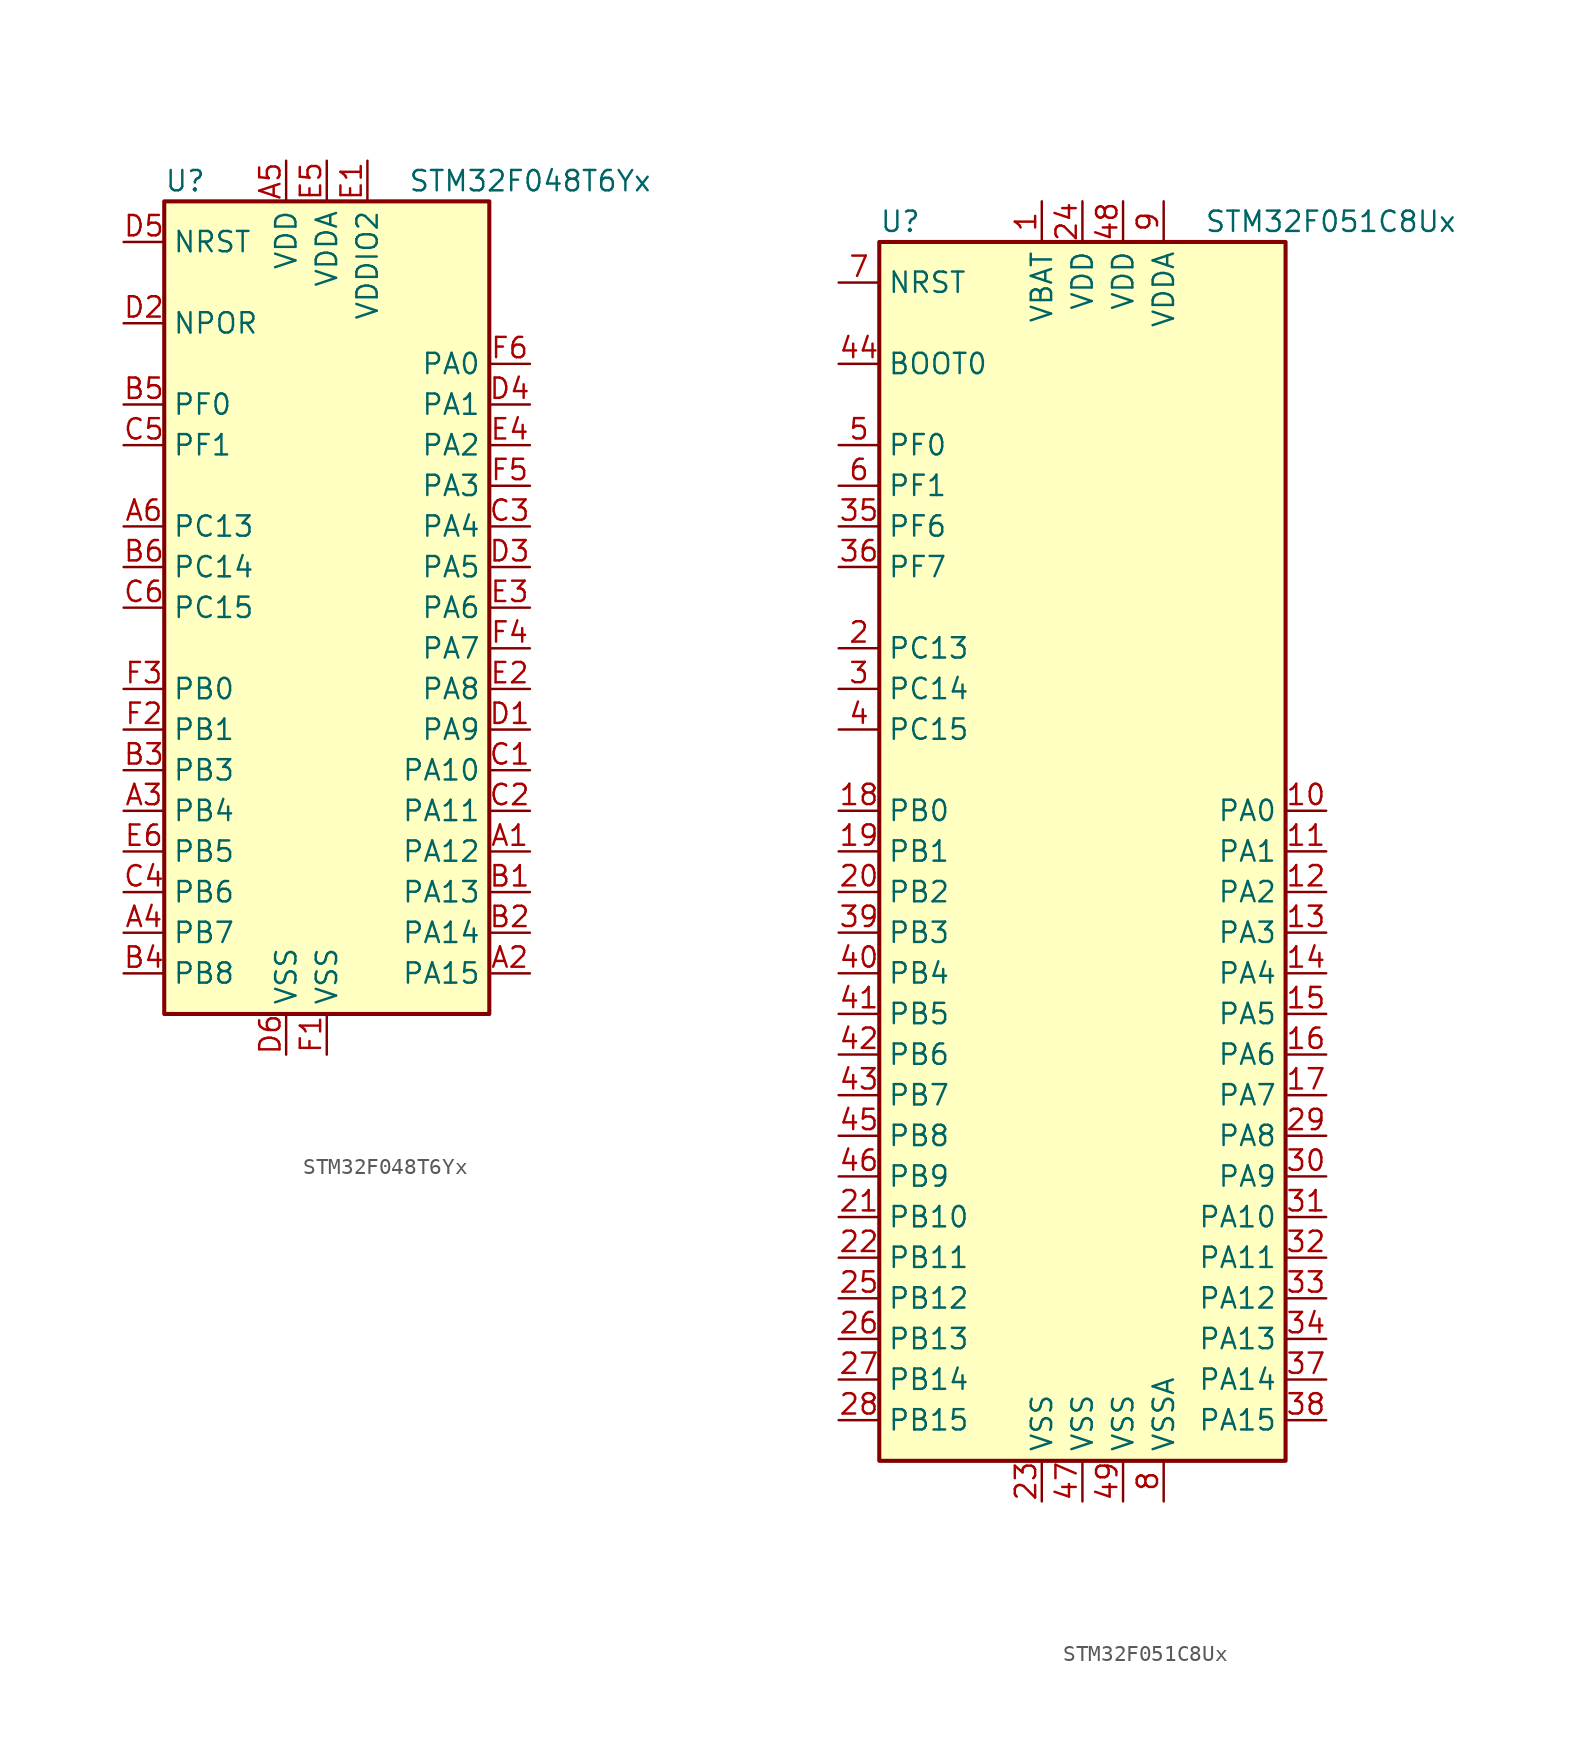
<source format=kicad_sym>
(kicad_symbol_lib
  (version 20201005)
  (generator kicad_symbol_editor)
  (symbol "MCU_ST_STM32F0:STM32F048T6Yx"
    (property "Reference" "U"
      (at -10.16 26.67 0)
      (effects (font (size 1.27 1.27)) (justify left)))
    (property "Value" "STM32F048T6Yx"
      (at 5.08 26.67 0)
      (effects (font (size 1.27 1.27)) (justify left)))
    (symbol "STM32F048T6Yx_0_1"
      (rectangle (start -10.16 -25.4) (end 10.16 25.4) (stroke (width 0.254)) (fill (type background))))
    (symbol "STM32F048T6Yx_1_1"
      (pin bidirectional line (at 12.7 -15.24 180) (length 2.54) (name "PA12" (effects (font (size 1.27 1.27)))) (number "A1" (effects (font (size 1.27 1.27)))))
      (pin bidirectional line (at 12.7 -22.86 180) (length 2.54) (name "PA15" (effects (font (size 1.27 1.27)))) (number "A2" (effects (font (size 1.27 1.27)))))
      (pin bidirectional line (at -12.7 -12.7 0) (length 2.54) (name "PB4" (effects (font (size 1.27 1.27)))) (number "A3" (effects (font (size 1.27 1.27)))))
      (pin bidirectional line (at -12.7 -20.32 0) (length 2.54) (name "PB7" (effects (font (size 1.27 1.27)))) (number "A4" (effects (font (size 1.27 1.27)))))
      (pin power_in line (at -2.54 27.94 270) (length 2.54) (name "VDD" (effects (font (size 1.27 1.27)))) (number "A5" (effects (font (size 1.27 1.27)))))
      (pin bidirectional line (at -12.7 5.08 0) (length 2.54) (name "PC13" (effects (font (size 1.27 1.27)))) (number "A6" (effects (font (size 1.27 1.27)))))
      (pin bidirectional line (at 12.7 -17.78 180) (length 2.54) (name "PA13" (effects (font (size 1.27 1.27)))) (number "B1" (effects (font (size 1.27 1.27)))))
      (pin bidirectional line (at 12.7 -20.32 180) (length 2.54) (name "PA14" (effects (font (size 1.27 1.27)))) (number "B2" (effects (font (size 1.27 1.27)))))
      (pin bidirectional line (at -12.7 -10.16 0) (length 2.54) (name "PB3" (effects (font (size 1.27 1.27)))) (number "B3" (effects (font (size 1.27 1.27)))))
      (pin bidirectional line (at -12.7 -22.86 0) (length 2.54) (name "PB8" (effects (font (size 1.27 1.27)))) (number "B4" (effects (font (size 1.27 1.27)))))
      (pin input line (at -12.7 12.7 0) (length 2.54) (name "PF0" (effects (font (size 1.27 1.27)))) (number "B5" (effects (font (size 1.27 1.27)))))
      (pin bidirectional line (at -12.7 2.54 0) (length 2.54) (name "PC14" (effects (font (size 1.27 1.27)))) (number "B6" (effects (font (size 1.27 1.27)))))
      (pin bidirectional line (at 12.7 -10.16 180) (length 2.54) (name "PA10" (effects (font (size 1.27 1.27)))) (number "C1" (effects (font (size 1.27 1.27)))))
      (pin bidirectional line (at 12.7 -12.7 180) (length 2.54) (name "PA11" (effects (font (size 1.27 1.27)))) (number "C2" (effects (font (size 1.27 1.27)))))
      (pin bidirectional line (at 12.7 5.08 180) (length 2.54) (name "PA4" (effects (font (size 1.27 1.27)))) (number "C3" (effects (font (size 1.27 1.27)))))
      (pin bidirectional line (at -12.7 -17.78 0) (length 2.54) (name "PB6" (effects (font (size 1.27 1.27)))) (number "C4" (effects (font (size 1.27 1.27)))))
      (pin input line (at -12.7 10.16 0) (length 2.54) (name "PF1" (effects (font (size 1.27 1.27)))) (number "C5" (effects (font (size 1.27 1.27)))))
      (pin bidirectional line (at -12.7 0 0) (length 2.54) (name "PC15" (effects (font (size 1.27 1.27)))) (number "C6" (effects (font (size 1.27 1.27)))))
      (pin bidirectional line (at 12.7 -7.62 180) (length 2.54) (name "PA9" (effects (font (size 1.27 1.27)))) (number "D1" (effects (font (size 1.27 1.27)))))
      (pin power_in line (at -12.7 17.78 0) (length 2.54) (name "NPOR" (effects (font (size 1.27 1.27)))) (number "D2" (effects (font (size 1.27 1.27)))))
      (pin bidirectional line (at 12.7 2.54 180) (length 2.54) (name "PA5" (effects (font (size 1.27 1.27)))) (number "D3" (effects (font (size 1.27 1.27)))))
      (pin bidirectional line (at 12.7 12.7 180) (length 2.54) (name "PA1" (effects (font (size 1.27 1.27)))) (number "D4" (effects (font (size 1.27 1.27)))))
      (pin input line (at -12.7 22.86 0) (length 2.54) (name "NRST" (effects (font (size 1.27 1.27)))) (number "D5" (effects (font (size 1.27 1.27)))))
      (pin power_in line (at -2.54 -27.94 90) (length 2.54) (name "VSS" (effects (font (size 1.27 1.27)))) (number "D6" (effects (font (size 1.27 1.27)))))
      (pin power_in line (at 2.54 27.94 270) (length 2.54) (name "VDDIO2" (effects (font (size 1.27 1.27)))) (number "E1" (effects (font (size 1.27 1.27)))))
      (pin bidirectional line (at 12.7 -5.08 180) (length 2.54) (name "PA8" (effects (font (size 1.27 1.27)))) (number "E2" (effects (font (size 1.27 1.27)))))
      (pin bidirectional line (at 12.7 0 180) (length 2.54) (name "PA6" (effects (font (size 1.27 1.27)))) (number "E3" (effects (font (size 1.27 1.27)))))
      (pin bidirectional line (at 12.7 10.16 180) (length 2.54) (name "PA2" (effects (font (size 1.27 1.27)))) (number "E4" (effects (font (size 1.27 1.27)))))
      (pin power_in line (at 0 27.94 270) (length 2.54) (name "VDDA" (effects (font (size 1.27 1.27)))) (number "E5" (effects (font (size 1.27 1.27)))))
      (pin bidirectional line (at -12.7 -15.24 0) (length 2.54) (name "PB5" (effects (font (size 1.27 1.27)))) (number "E6" (effects (font (size 1.27 1.27)))))
      (pin power_in line (at 0 -27.94 90) (length 2.54) (name "VSS" (effects (font (size 1.27 1.27)))) (number "F1" (effects (font (size 1.27 1.27)))))
      (pin bidirectional line (at -12.7 -7.62 0) (length 2.54) (name "PB1" (effects (font (size 1.27 1.27)))) (number "F2" (effects (font (size 1.27 1.27)))))
      (pin bidirectional line (at -12.7 -5.08 0) (length 2.54) (name "PB0" (effects (font (size 1.27 1.27)))) (number "F3" (effects (font (size 1.27 1.27)))))
      (pin bidirectional line (at 12.7 -2.54 180) (length 2.54) (name "PA7" (effects (font (size 1.27 1.27)))) (number "F4" (effects (font (size 1.27 1.27)))))
      (pin bidirectional line (at 12.7 7.62 180) (length 2.54) (name "PA3" (effects (font (size 1.27 1.27)))) (number "F5" (effects (font (size 1.27 1.27)))))
      (pin bidirectional line (at 12.7 15.24 180) (length 2.54) (name "PA0" (effects (font (size 1.27 1.27)))) (number "F6" (effects (font (size 1.27 1.27)))))))
  (symbol "MCU_ST_STM32F0:STM32F051C8Ux"
    (property "Reference" "U"
      (at -12.7 39.37 0)
      (effects (font (size 1.27 1.27)) (justify left)))
    (property "Value" "STM32F051C8Ux"
      (at 7.62 39.37 0)
      (effects (font (size 1.27 1.27)) (justify left)))
    (symbol "STM32F051C8Ux_0_1"
      (rectangle (start -12.7 -38.1) (end 12.7 38.1) (stroke (width 0.254)) (fill (type background))))
    (symbol "STM32F051C8Ux_1_1"
      (pin power_in line (at -2.54 40.64 270) (length 2.54) (name "VBAT" (effects (font (size 1.27 1.27)))) (number "1" (effects (font (size 1.27 1.27)))))
      (pin bidirectional line (at 15.24 2.54 180) (length 2.54) (name "PA0" (effects (font (size 1.27 1.27)))) (number "10" (effects (font (size 1.27 1.27)))))
      (pin bidirectional line (at 15.24 0 180) (length 2.54) (name "PA1" (effects (font (size 1.27 1.27)))) (number "11" (effects (font (size 1.27 1.27)))))
      (pin bidirectional line (at 15.24 -2.54 180) (length 2.54) (name "PA2" (effects (font (size 1.27 1.27)))) (number "12" (effects (font (size 1.27 1.27)))))
      (pin bidirectional line (at 15.24 -5.08 180) (length 2.54) (name "PA3" (effects (font (size 1.27 1.27)))) (number "13" (effects (font (size 1.27 1.27)))))
      (pin bidirectional line (at 15.24 -7.62 180) (length 2.54) (name "PA4" (effects (font (size 1.27 1.27)))) (number "14" (effects (font (size 1.27 1.27)))))
      (pin bidirectional line (at 15.24 -10.16 180) (length 2.54) (name "PA5" (effects (font (size 1.27 1.27)))) (number "15" (effects (font (size 1.27 1.27)))))
      (pin bidirectional line (at 15.24 -12.7 180) (length 2.54) (name "PA6" (effects (font (size 1.27 1.27)))) (number "16" (effects (font (size 1.27 1.27)))))
      (pin bidirectional line (at 15.24 -15.24 180) (length 2.54) (name "PA7" (effects (font (size 1.27 1.27)))) (number "17" (effects (font (size 1.27 1.27)))))
      (pin bidirectional line (at -15.24 2.54 0) (length 2.54) (name "PB0" (effects (font (size 1.27 1.27)))) (number "18" (effects (font (size 1.27 1.27)))))
      (pin bidirectional line (at -15.24 0 0) (length 2.54) (name "PB1" (effects (font (size 1.27 1.27)))) (number "19" (effects (font (size 1.27 1.27)))))
      (pin bidirectional line (at -15.24 12.7 0) (length 2.54) (name "PC13" (effects (font (size 1.27 1.27)))) (number "2" (effects (font (size 1.27 1.27)))))
      (pin bidirectional line (at -15.24 -2.54 0) (length 2.54) (name "PB2" (effects (font (size 1.27 1.27)))) (number "20" (effects (font (size 1.27 1.27)))))
      (pin bidirectional line (at -15.24 -22.86 0) (length 2.54) (name "PB10" (effects (font (size 1.27 1.27)))) (number "21" (effects (font (size 1.27 1.27)))))
      (pin bidirectional line (at -15.24 -25.4 0) (length 2.54) (name "PB11" (effects (font (size 1.27 1.27)))) (number "22" (effects (font (size 1.27 1.27)))))
      (pin power_in line (at -2.54 -40.64 90) (length 2.54) (name "VSS" (effects (font (size 1.27 1.27)))) (number "23" (effects (font (size 1.27 1.27)))))
      (pin power_in line (at 0 40.64 270) (length 2.54) (name "VDD" (effects (font (size 1.27 1.27)))) (number "24" (effects (font (size 1.27 1.27)))))
      (pin bidirectional line (at -15.24 -27.94 0) (length 2.54) (name "PB12" (effects (font (size 1.27 1.27)))) (number "25" (effects (font (size 1.27 1.27)))))
      (pin bidirectional line (at -15.24 -30.48 0) (length 2.54) (name "PB13" (effects (font (size 1.27 1.27)))) (number "26" (effects (font (size 1.27 1.27)))))
      (pin bidirectional line (at -15.24 -33.02 0) (length 2.54) (name "PB14" (effects (font (size 1.27 1.27)))) (number "27" (effects (font (size 1.27 1.27)))))
      (pin bidirectional line (at -15.24 -35.56 0) (length 2.54) (name "PB15" (effects (font (size 1.27 1.27)))) (number "28" (effects (font (size 1.27 1.27)))))
      (pin bidirectional line (at 15.24 -17.78 180) (length 2.54) (name "PA8" (effects (font (size 1.27 1.27)))) (number "29" (effects (font (size 1.27 1.27)))))
      (pin bidirectional line (at -15.24 10.16 0) (length 2.54) (name "PC14" (effects (font (size 1.27 1.27)))) (number "3" (effects (font (size 1.27 1.27)))))
      (pin bidirectional line (at 15.24 -20.32 180) (length 2.54) (name "PA9" (effects (font (size 1.27 1.27)))) (number "30" (effects (font (size 1.27 1.27)))))
      (pin bidirectional line (at 15.24 -22.86 180) (length 2.54) (name "PA10" (effects (font (size 1.27 1.27)))) (number "31" (effects (font (size 1.27 1.27)))))
      (pin bidirectional line (at 15.24 -25.4 180) (length 2.54) (name "PA11" (effects (font (size 1.27 1.27)))) (number "32" (effects (font (size 1.27 1.27)))))
      (pin bidirectional line (at 15.24 -27.94 180) (length 2.54) (name "PA12" (effects (font (size 1.27 1.27)))) (number "33" (effects (font (size 1.27 1.27)))))
      (pin bidirectional line (at 15.24 -30.48 180) (length 2.54) (name "PA13" (effects (font (size 1.27 1.27)))) (number "34" (effects (font (size 1.27 1.27)))))
      (pin bidirectional line (at -15.24 20.32 0) (length 2.54) (name "PF6" (effects (font (size 1.27 1.27)))) (number "35" (effects (font (size 1.27 1.27)))))
      (pin bidirectional line (at -15.24 17.78 0) (length 2.54) (name "PF7" (effects (font (size 1.27 1.27)))) (number "36" (effects (font (size 1.27 1.27)))))
      (pin bidirectional line (at 15.24 -33.02 180) (length 2.54) (name "PA14" (effects (font (size 1.27 1.27)))) (number "37" (effects (font (size 1.27 1.27)))))
      (pin bidirectional line (at 15.24 -35.56 180) (length 2.54) (name "PA15" (effects (font (size 1.27 1.27)))) (number "38" (effects (font (size 1.27 1.27)))))
      (pin bidirectional line (at -15.24 -5.08 0) (length 2.54) (name "PB3" (effects (font (size 1.27 1.27)))) (number "39" (effects (font (size 1.27 1.27)))))
      (pin bidirectional line (at -15.24 7.62 0) (length 2.54) (name "PC15" (effects (font (size 1.27 1.27)))) (number "4" (effects (font (size 1.27 1.27)))))
      (pin bidirectional line (at -15.24 -7.62 0) (length 2.54) (name "PB4" (effects (font (size 1.27 1.27)))) (number "40" (effects (font (size 1.27 1.27)))))
      (pin bidirectional line (at -15.24 -10.16 0) (length 2.54) (name "PB5" (effects (font (size 1.27 1.27)))) (number "41" (effects (font (size 1.27 1.27)))))
      (pin bidirectional line (at -15.24 -12.7 0) (length 2.54) (name "PB6" (effects (font (size 1.27 1.27)))) (number "42" (effects (font (size 1.27 1.27)))))
      (pin bidirectional line (at -15.24 -15.24 0) (length 2.54) (name "PB7" (effects (font (size 1.27 1.27)))) (number "43" (effects (font (size 1.27 1.27)))))
      (pin input line (at -15.24 30.48 0) (length 2.54) (name "BOOT0" (effects (font (size 1.27 1.27)))) (number "44" (effects (font (size 1.27 1.27)))))
      (pin bidirectional line (at -15.24 -17.78 0) (length 2.54) (name "PB8" (effects (font (size 1.27 1.27)))) (number "45" (effects (font (size 1.27 1.27)))))
      (pin bidirectional line (at -15.24 -20.32 0) (length 2.54) (name "PB9" (effects (font (size 1.27 1.27)))) (number "46" (effects (font (size 1.27 1.27)))))
      (pin power_in line (at 0 -40.64 90) (length 2.54) (name "VSS" (effects (font (size 1.27 1.27)))) (number "47" (effects (font (size 1.27 1.27)))))
      (pin power_in line (at 2.54 40.64 270) (length 2.54) (name "VDD" (effects (font (size 1.27 1.27)))) (number "48" (effects (font (size 1.27 1.27)))))
      (pin power_in line (at 2.54 -40.64 90) (length 2.54) (name "VSS" (effects (font (size 1.27 1.27)))) (number "49" (effects (font (size 1.27 1.27)))))
      (pin input line (at -15.24 25.4 0) (length 2.54) (name "PF0" (effects (font (size 1.27 1.27)))) (number "5" (effects (font (size 1.27 1.27)))))
      (pin input line (at -15.24 22.86 0) (length 2.54) (name "PF1" (effects (font (size 1.27 1.27)))) (number "6" (effects (font (size 1.27 1.27)))))
      (pin input line (at -15.24 35.56 0) (length 2.54) (name "NRST" (effects (font (size 1.27 1.27)))) (number "7" (effects (font (size 1.27 1.27)))))
      (pin power_in line (at 5.08 -40.64 90) (length 2.54) (name "VSSA" (effects (font (size 1.27 1.27)))) (number "8" (effects (font (size 1.27 1.27)))))
      (pin power_in line (at 5.08 40.64 270) (length 2.54) (name "VDDA" (effects (font (size 1.27 1.27)))) (number "9" (effects (font (size 1.27 1.27))))))))
</source>
